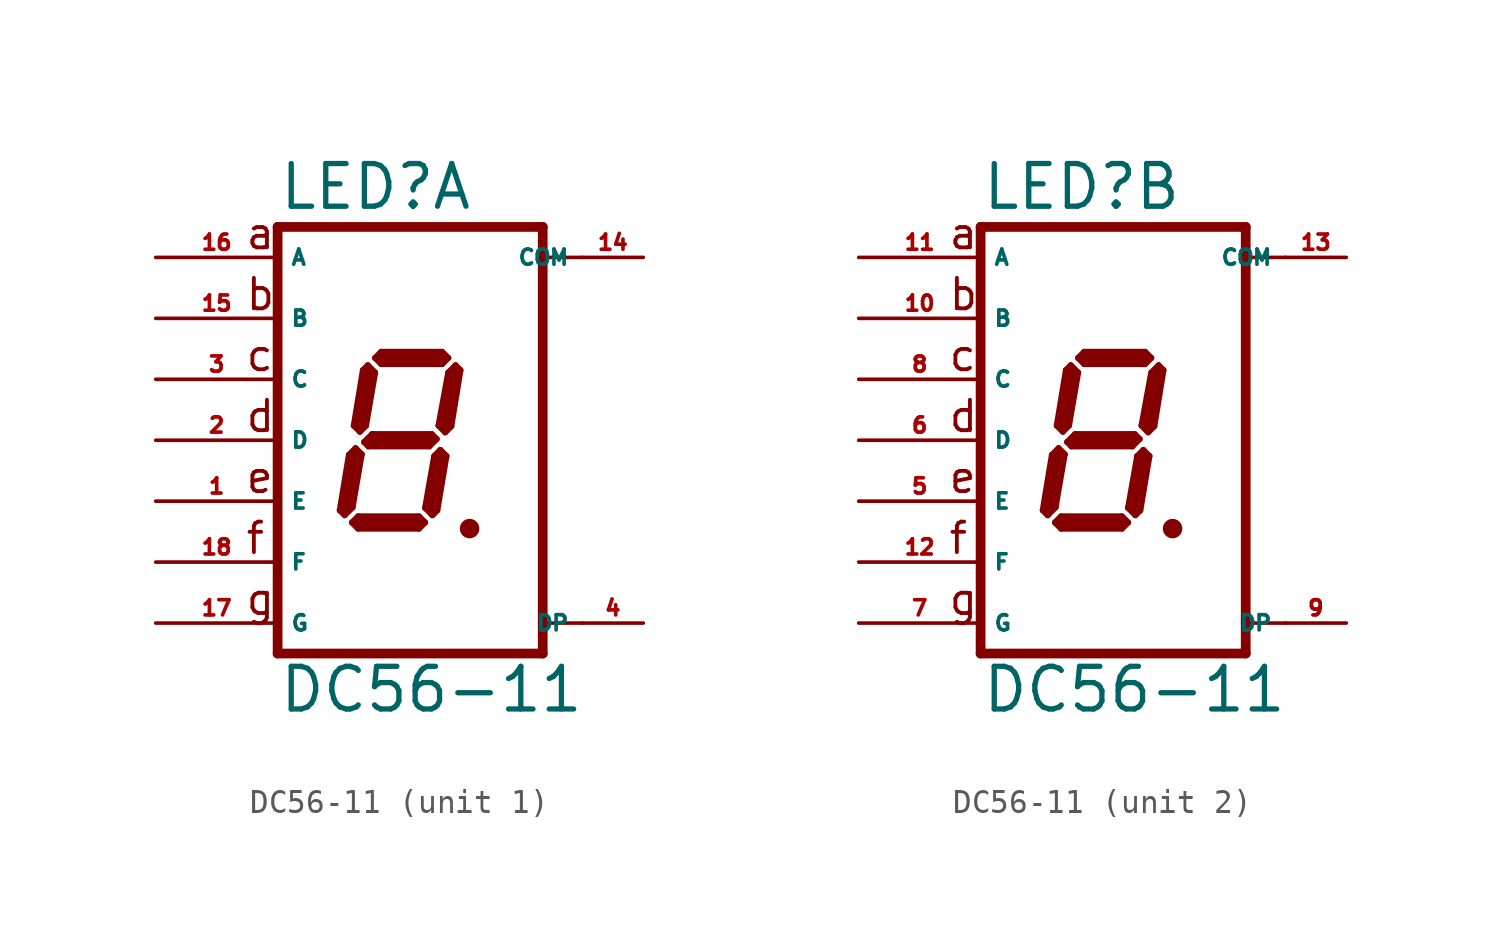
<source format=kicad_sym>
(kicad_symbol_lib
  (version 20220914)
  (generator Eagle2Kicad)
  (symbol "DC56-11"
    (property "Reference" "LED"
      (at -5.08 9.525 0)
      (effects (font (size 1.778 1.778) (thickness 0.22)) (justify left bottom)))
    (property "Value" "DC56-11"
      (at -5.08 -11.43 0)
      (effects (font (size 1.778 1.778) (thickness 0.22)) (justify left bottom)))
    (symbol "DC56-11_1_0"
      (polyline (pts (xy 2.794 -3.683) (xy 3.048 -3.683)) (stroke (width 0.305) (type default)) (fill (type none)))
      (polyline (pts (xy 2.337 3.124) (xy 2.032 2.819)) (stroke (width 0.254) (type default)) (fill (type none)))
      (polyline (pts (xy 2.032 2.819) (xy 1.626 0.61)) (stroke (width 0.254) (type default)) (fill (type none)))
      (polyline (pts (xy 1.626 0.61) (xy 1.905 0.33)) (stroke (width 0.254) (type default)) (fill (type none)))
      (polyline (pts (xy 1.905 0.33) (xy 2.159 0.584)) (stroke (width 0.254) (type default)) (fill (type none)))
      (polyline (pts (xy 2.159 0.584) (xy 2.54 2.921)) (stroke (width 0.254) (type default)) (fill (type none)))
      (polyline (pts (xy 2.54 2.921) (xy 2.337 3.124)) (stroke (width 0.254) (type default)) (fill (type none)))
      (polyline (pts (xy 2.032 3.429) (xy 1.778 3.175)) (stroke (width 0.254) (type default)) (fill (type none)))
      (polyline (pts (xy 1.778 3.175) (xy -0.762 3.175)) (stroke (width 0.254) (type default)) (fill (type none)))
      (polyline (pts (xy -0.762 3.175) (xy -1.016 3.429)) (stroke (width 0.254) (type default)) (fill (type none)))
      (polyline (pts (xy -1.016 3.429) (xy -0.762 3.683)) (stroke (width 0.254) (type default)) (fill (type none)))
      (polyline (pts (xy -0.762 3.683) (xy 1.778 3.683)) (stroke (width 0.254) (type default)) (fill (type none)))
      (polyline (pts (xy 1.778 3.683) (xy 2.032 3.429)) (stroke (width 0.254) (type default)) (fill (type none)))
      (polyline (pts (xy -1.321 3.124) (xy -1.016 2.819)) (stroke (width 0.254) (type default)) (fill (type none)))
      (polyline (pts (xy -1.016 2.819) (xy -1.397 0.61)) (stroke (width 0.254) (type default)) (fill (type none)))
      (polyline (pts (xy -1.397 0.61) (xy -1.651 0.356)) (stroke (width 0.254) (type default)) (fill (type none)))
      (polyline (pts (xy -1.651 0.356) (xy -1.905 0.61)) (stroke (width 0.254) (type default)) (fill (type none)))
      (polyline (pts (xy -1.905 0.61) (xy -1.524 2.921)) (stroke (width 0.254) (type default)) (fill (type none)))
      (polyline (pts (xy -1.524 2.921) (xy -1.321 3.124)) (stroke (width 0.254) (type default)) (fill (type none)))
      (polyline (pts (xy -1.473 -0.076) (xy -1.143 0.254)) (stroke (width 0.254) (type default)) (fill (type none)))
      (polyline (pts (xy -1.143 0.254) (xy 1.346 0.254)) (stroke (width 0.254) (type default)) (fill (type none)))
      (polyline (pts (xy 1.346 0.254) (xy 1.549 0.051)) (stroke (width 0.254) (type default)) (fill (type none)))
      (polyline (pts (xy 1.549 0.051) (xy 1.245 -0.254)) (stroke (width 0.254) (type default)) (fill (type none)))
      (polyline (pts (xy 1.245 -0.254) (xy -1.295 -0.254)) (stroke (width 0.254) (type default)) (fill (type none)))
      (polyline (pts (xy -1.295 -0.254) (xy -1.473 -0.076)) (stroke (width 0.254) (type default)) (fill (type none)))
      (polyline (pts (xy -1.829 -0.33) (xy -1.575 -0.584)) (stroke (width 0.254) (type default)) (fill (type none)))
      (polyline (pts (xy -2.286 -3.124) (xy -1.956 -2.794)) (stroke (width 0.254) (type default)) (fill (type none)))
      (polyline (pts (xy -1.956 -2.794) (xy -1.575 -0.584)) (stroke (width 0.254) (type default)) (fill (type none)))
      (polyline (pts (xy -1.829 -0.33) (xy -2.108 -0.61)) (stroke (width 0.254) (type default)) (fill (type none)))
      (polyline (pts (xy -2.108 -0.61) (xy -2.489 -2.921)) (stroke (width 0.254) (type default)) (fill (type none)))
      (polyline (pts (xy -2.489 -2.921) (xy -2.286 -3.124)) (stroke (width 0.254) (type default)) (fill (type none)))
      (polyline (pts (xy -1.981 -3.429) (xy -1.727 -3.175)) (stroke (width 0.254) (type default)) (fill (type none)))
      (polyline (pts (xy -1.727 -3.175) (xy 0.813 -3.175)) (stroke (width 0.254) (type default)) (fill (type none)))
      (polyline (pts (xy 0.813 -3.175) (xy 1.067 -3.429)) (stroke (width 0.254) (type default)) (fill (type none)))
      (polyline (pts (xy 1.067 -3.429) (xy 0.813 -3.683)) (stroke (width 0.254) (type default)) (fill (type none)))
      (polyline (pts (xy 0.813 -3.683) (xy -1.727 -3.683)) (stroke (width 0.254) (type default)) (fill (type none)))
      (polyline (pts (xy -1.727 -3.683) (xy -1.981 -3.429)) (stroke (width 0.254) (type default)) (fill (type none)))
      (polyline (pts (xy 1.702 -0.406) (xy 1.448 -0.66)) (stroke (width 0.254) (type default)) (fill (type none)))
      (polyline (pts (xy 1.448 -0.66) (xy 1.067 -2.819)) (stroke (width 0.254) (type default)) (fill (type none)))
      (polyline (pts (xy 1.067 -2.819) (xy 1.372 -3.124)) (stroke (width 0.254) (type default)) (fill (type none)))
      (polyline (pts (xy 1.372 -3.124) (xy 1.575 -2.921)) (stroke (width 0.254) (type default)) (fill (type none)))
      (polyline (pts (xy 1.575 -2.921) (xy 1.956 -0.66)) (stroke (width 0.254) (type default)) (fill (type none)))
      (polyline (pts (xy 1.956 -0.66) (xy 1.702 -0.406)) (stroke (width 0.254) (type default)) (fill (type none)))
      (polyline (pts (xy 2.286 2.794) (xy 1.905 0.635)) (stroke (width 0.406) (type default)) (fill (type none)))
      (polyline (pts (xy 1.778 3.429) (xy -0.762 3.429)) (stroke (width 0.406) (type default)) (fill (type none)))
      (polyline (pts (xy -1.27 2.794) (xy -1.651 0.635)) (stroke (width 0.406) (type default)) (fill (type none)))
      (polyline (pts (xy -1.27 0) (xy 1.27 0)) (stroke (width 0.406) (type default)) (fill (type none)))
      (polyline (pts (xy 1.651 -0.762) (xy 1.27 -2.794)) (stroke (width 0.406) (type default)) (fill (type none)))
      (polyline (pts (xy 0.762 -3.429) (xy -1.651 -3.429)) (stroke (width 0.406) (type default)) (fill (type none)))
      (polyline (pts (xy -2.286 -2.921) (xy -1.905 -0.635)) (stroke (width 0.406) (type default)) (fill (type none)))
      (polyline (pts (xy 5.969 8.89) (xy 5.969 7.62)) (stroke (width 0.406) (type default)) (fill (type none)))
      (polyline (pts (xy 5.969 7.62) (xy 5.969 -7.62)) (stroke (width 0.406) (type default)) (fill (type none)))
      (polyline (pts (xy 5.969 -7.62) (xy 5.969 -8.89)) (stroke (width 0.406) (type default)) (fill (type none)))
      (polyline (pts (xy -5.08 -8.89) (xy 5.969 -8.89)) (stroke (width 0.406) (type default)) (fill (type none)))
      (polyline (pts (xy -5.08 -8.89) (xy -5.08 8.89)) (stroke (width 0.406) (type default)) (fill (type none)))
      (polyline (pts (xy 5.969 8.89) (xy -5.08 8.89)) (stroke (width 0.406) (type default)) (fill (type none)))
      (polyline (pts (xy 7.62 7.62) (xy 5.969 7.62)) (stroke (width 0.152) (type default)) (fill (type none)))
      (polyline (pts (xy 7.62 -7.62) (xy 5.969 -7.62)) (stroke (width 0.152) (type default)) (fill (type none)))
      (text "a" (at -6.477 7.874 0) (effects (font (size 1.27 1.27) (thickness 0.16)) (justify left bottom)))
      (text "b" (at -6.477 5.334 0) (effects (font (size 1.27 1.27) (thickness 0.16)) (justify left bottom)))
      (text "c" (at -6.477 2.794 0) (effects (font (size 1.27 1.27) (thickness 0.16)) (justify left bottom)))
      (text "d" (at -6.477 0.254 0) (effects (font (size 1.27 1.27) (thickness 0.16)) (justify left bottom)))
      (text "e" (at -6.477 -2.286 0) (effects (font (size 1.27 1.27) (thickness 0.16)) (justify left bottom)))
      (text "f" (at -6.477 -4.826 0) (effects (font (size 1.27 1.27) (thickness 0.16)) (justify left bottom)))
      (text "g" (at -6.477 -7.366 0) (effects (font (size 1.27 1.27) (thickness 0.16)) (justify left bottom)))
      (circle (center 2.921 -3.683) (radius 0.254) (stroke (width 0.305) (type default)) (fill (type none)))
      (pin passive line (at 10.16 -7.62 180) (length 2.54) (name "DP" (effects (font (size 0.635 0.635) (thickness 0.08)) (justify left bottom))) (number "4" (effects (font (size 0.635 0.635) (thickness 0.08)) (justify left bottom))))
      (pin passive line (at -10.16 -5.08 0) (length 5.08) (name "F" (effects (font (size 0.635 0.635) (thickness 0.08)) (justify left bottom))) (number "18" (effects (font (size 0.635 0.635) (thickness 0.08)) (justify left bottom))))
      (pin passive line (at -10.16 0 0) (length 5.08) (name "D" (effects (font (size 0.635 0.635) (thickness 0.08)) (justify left bottom))) (number "2" (effects (font (size 0.635 0.635) (thickness 0.08)) (justify left bottom))))
      (pin passive line (at -10.16 5.08 0) (length 5.08) (name "B" (effects (font (size 0.635 0.635) (thickness 0.08)) (justify left bottom))) (number "15" (effects (font (size 0.635 0.635) (thickness 0.08)) (justify left bottom))))
      (pin passive line (at -10.16 7.62 0) (length 5.08) (name "A" (effects (font (size 0.635 0.635) (thickness 0.08)) (justify left bottom))) (number "16" (effects (font (size 0.635 0.635) (thickness 0.08)) (justify left bottom))))
      (pin passive line (at 10.16 7.62 180) (length 2.54) (name "COM" (effects (font (size 0.635 0.635) (thickness 0.08)) (justify left bottom))) (number "14" (effects (font (size 0.635 0.635) (thickness 0.08)) (justify left bottom))))
      (pin passive line (at -10.16 2.54 0) (length 5.08) (name "C" (effects (font (size 0.635 0.635) (thickness 0.08)) (justify left bottom))) (number "3" (effects (font (size 0.635 0.635) (thickness 0.08)) (justify left bottom))))
      (pin passive line (at -10.16 -2.54 0) (length 5.08) (name "E" (effects (font (size 0.635 0.635) (thickness 0.08)) (justify left bottom))) (number "1" (effects (font (size 0.635 0.635) (thickness 0.08)) (justify left bottom))))
      (pin passive line (at -10.16 -7.62 0) (length 5.08) (name "G" (effects (font (size 0.635 0.635) (thickness 0.08)) (justify left bottom))) (number "17" (effects (font (size 0.635 0.635) (thickness 0.08)) (justify left bottom)))))
    (symbol "DC56-11_2_0"
      (polyline (pts (xy 2.794 -3.683) (xy 3.048 -3.683)) (stroke (width 0.305) (type default)) (fill (type none)))
      (polyline (pts (xy 2.337 3.124) (xy 2.032 2.819)) (stroke (width 0.254) (type default)) (fill (type none)))
      (polyline (pts (xy 2.032 2.819) (xy 1.626 0.61)) (stroke (width 0.254) (type default)) (fill (type none)))
      (polyline (pts (xy 1.626 0.61) (xy 1.905 0.33)) (stroke (width 0.254) (type default)) (fill (type none)))
      (polyline (pts (xy 1.905 0.33) (xy 2.159 0.584)) (stroke (width 0.254) (type default)) (fill (type none)))
      (polyline (pts (xy 2.159 0.584) (xy 2.54 2.921)) (stroke (width 0.254) (type default)) (fill (type none)))
      (polyline (pts (xy 2.54 2.921) (xy 2.337 3.124)) (stroke (width 0.254) (type default)) (fill (type none)))
      (polyline (pts (xy 2.032 3.429) (xy 1.778 3.175)) (stroke (width 0.254) (type default)) (fill (type none)))
      (polyline (pts (xy 1.778 3.175) (xy -0.762 3.175)) (stroke (width 0.254) (type default)) (fill (type none)))
      (polyline (pts (xy -0.762 3.175) (xy -1.016 3.429)) (stroke (width 0.254) (type default)) (fill (type none)))
      (polyline (pts (xy -1.016 3.429) (xy -0.762 3.683)) (stroke (width 0.254) (type default)) (fill (type none)))
      (polyline (pts (xy -0.762 3.683) (xy 1.778 3.683)) (stroke (width 0.254) (type default)) (fill (type none)))
      (polyline (pts (xy 1.778 3.683) (xy 2.032 3.429)) (stroke (width 0.254) (type default)) (fill (type none)))
      (polyline (pts (xy -1.321 3.124) (xy -1.016 2.819)) (stroke (width 0.254) (type default)) (fill (type none)))
      (polyline (pts (xy -1.016 2.819) (xy -1.397 0.61)) (stroke (width 0.254) (type default)) (fill (type none)))
      (polyline (pts (xy -1.397 0.61) (xy -1.651 0.356)) (stroke (width 0.254) (type default)) (fill (type none)))
      (polyline (pts (xy -1.651 0.356) (xy -1.905 0.61)) (stroke (width 0.254) (type default)) (fill (type none)))
      (polyline (pts (xy -1.905 0.61) (xy -1.524 2.921)) (stroke (width 0.254) (type default)) (fill (type none)))
      (polyline (pts (xy -1.524 2.921) (xy -1.321 3.124)) (stroke (width 0.254) (type default)) (fill (type none)))
      (polyline (pts (xy -1.473 -0.076) (xy -1.143 0.254)) (stroke (width 0.254) (type default)) (fill (type none)))
      (polyline (pts (xy -1.143 0.254) (xy 1.346 0.254)) (stroke (width 0.254) (type default)) (fill (type none)))
      (polyline (pts (xy 1.346 0.254) (xy 1.549 0.051)) (stroke (width 0.254) (type default)) (fill (type none)))
      (polyline (pts (xy 1.549 0.051) (xy 1.245 -0.254)) (stroke (width 0.254) (type default)) (fill (type none)))
      (polyline (pts (xy 1.245 -0.254) (xy -1.295 -0.254)) (stroke (width 0.254) (type default)) (fill (type none)))
      (polyline (pts (xy -1.295 -0.254) (xy -1.473 -0.076)) (stroke (width 0.254) (type default)) (fill (type none)))
      (polyline (pts (xy -1.829 -0.33) (xy -1.575 -0.584)) (stroke (width 0.254) (type default)) (fill (type none)))
      (polyline (pts (xy -2.286 -3.124) (xy -1.956 -2.794)) (stroke (width 0.254) (type default)) (fill (type none)))
      (polyline (pts (xy -1.956 -2.794) (xy -1.575 -0.584)) (stroke (width 0.254) (type default)) (fill (type none)))
      (polyline (pts (xy -1.829 -0.33) (xy -2.108 -0.61)) (stroke (width 0.254) (type default)) (fill (type none)))
      (polyline (pts (xy -2.108 -0.61) (xy -2.489 -2.921)) (stroke (width 0.254) (type default)) (fill (type none)))
      (polyline (pts (xy -2.489 -2.921) (xy -2.286 -3.124)) (stroke (width 0.254) (type default)) (fill (type none)))
      (polyline (pts (xy -1.981 -3.429) (xy -1.727 -3.175)) (stroke (width 0.254) (type default)) (fill (type none)))
      (polyline (pts (xy -1.727 -3.175) (xy 0.813 -3.175)) (stroke (width 0.254) (type default)) (fill (type none)))
      (polyline (pts (xy 0.813 -3.175) (xy 1.067 -3.429)) (stroke (width 0.254) (type default)) (fill (type none)))
      (polyline (pts (xy 1.067 -3.429) (xy 0.813 -3.683)) (stroke (width 0.254) (type default)) (fill (type none)))
      (polyline (pts (xy 0.813 -3.683) (xy -1.727 -3.683)) (stroke (width 0.254) (type default)) (fill (type none)))
      (polyline (pts (xy -1.727 -3.683) (xy -1.981 -3.429)) (stroke (width 0.254) (type default)) (fill (type none)))
      (polyline (pts (xy 1.702 -0.406) (xy 1.448 -0.66)) (stroke (width 0.254) (type default)) (fill (type none)))
      (polyline (pts (xy 1.448 -0.66) (xy 1.067 -2.819)) (stroke (width 0.254) (type default)) (fill (type none)))
      (polyline (pts (xy 1.067 -2.819) (xy 1.372 -3.124)) (stroke (width 0.254) (type default)) (fill (type none)))
      (polyline (pts (xy 1.372 -3.124) (xy 1.575 -2.921)) (stroke (width 0.254) (type default)) (fill (type none)))
      (polyline (pts (xy 1.575 -2.921) (xy 1.956 -0.66)) (stroke (width 0.254) (type default)) (fill (type none)))
      (polyline (pts (xy 1.956 -0.66) (xy 1.702 -0.406)) (stroke (width 0.254) (type default)) (fill (type none)))
      (polyline (pts (xy 2.286 2.794) (xy 1.905 0.635)) (stroke (width 0.406) (type default)) (fill (type none)))
      (polyline (pts (xy 1.778 3.429) (xy -0.762 3.429)) (stroke (width 0.406) (type default)) (fill (type none)))
      (polyline (pts (xy -1.27 2.794) (xy -1.651 0.635)) (stroke (width 0.406) (type default)) (fill (type none)))
      (polyline (pts (xy -1.27 0) (xy 1.27 0)) (stroke (width 0.406) (type default)) (fill (type none)))
      (polyline (pts (xy 1.651 -0.762) (xy 1.27 -2.794)) (stroke (width 0.406) (type default)) (fill (type none)))
      (polyline (pts (xy 0.762 -3.429) (xy -1.651 -3.429)) (stroke (width 0.406) (type default)) (fill (type none)))
      (polyline (pts (xy -2.286 -2.921) (xy -1.905 -0.635)) (stroke (width 0.406) (type default)) (fill (type none)))
      (polyline (pts (xy 5.969 8.89) (xy 5.969 7.62)) (stroke (width 0.406) (type default)) (fill (type none)))
      (polyline (pts (xy 5.969 7.62) (xy 5.969 -7.62)) (stroke (width 0.406) (type default)) (fill (type none)))
      (polyline (pts (xy 5.969 -7.62) (xy 5.969 -8.89)) (stroke (width 0.406) (type default)) (fill (type none)))
      (polyline (pts (xy -5.08 -8.89) (xy 5.969 -8.89)) (stroke (width 0.406) (type default)) (fill (type none)))
      (polyline (pts (xy -5.08 -8.89) (xy -5.08 8.89)) (stroke (width 0.406) (type default)) (fill (type none)))
      (polyline (pts (xy 5.969 8.89) (xy -5.08 8.89)) (stroke (width 0.406) (type default)) (fill (type none)))
      (polyline (pts (xy 7.62 7.62) (xy 5.969 7.62)) (stroke (width 0.152) (type default)) (fill (type none)))
      (polyline (pts (xy 7.62 -7.62) (xy 5.969 -7.62)) (stroke (width 0.152) (type default)) (fill (type none)))
      (text "a" (at -6.477 7.874 0) (effects (font (size 1.27 1.27) (thickness 0.16)) (justify left bottom)))
      (text "b" (at -6.477 5.334 0) (effects (font (size 1.27 1.27) (thickness 0.16)) (justify left bottom)))
      (text "c" (at -6.477 2.794 0) (effects (font (size 1.27 1.27) (thickness 0.16)) (justify left bottom)))
      (text "d" (at -6.477 0.254 0) (effects (font (size 1.27 1.27) (thickness 0.16)) (justify left bottom)))
      (text "e" (at -6.477 -2.286 0) (effects (font (size 1.27 1.27) (thickness 0.16)) (justify left bottom)))
      (text "f" (at -6.477 -4.826 0) (effects (font (size 1.27 1.27) (thickness 0.16)) (justify left bottom)))
      (text "g" (at -6.477 -7.366 0) (effects (font (size 1.27 1.27) (thickness 0.16)) (justify left bottom)))
      (circle (center 2.921 -3.683) (radius 0.254) (stroke (width 0.305) (type default)) (fill (type none)))
      (pin passive line (at 10.16 -7.62 180) (length 2.54) (name "DP" (effects (font (size 0.635 0.635) (thickness 0.08)) (justify left bottom))) (number "9" (effects (font (size 0.635 0.635) (thickness 0.08)) (justify left bottom))))
      (pin passive line (at -10.16 -5.08 0) (length 5.08) (name "F" (effects (font (size 0.635 0.635) (thickness 0.08)) (justify left bottom))) (number "12" (effects (font (size 0.635 0.635) (thickness 0.08)) (justify left bottom))))
      (pin passive line (at -10.16 0 0) (length 5.08) (name "D" (effects (font (size 0.635 0.635) (thickness 0.08)) (justify left bottom))) (number "6" (effects (font (size 0.635 0.635) (thickness 0.08)) (justify left bottom))))
      (pin passive line (at -10.16 5.08 0) (length 5.08) (name "B" (effects (font (size 0.635 0.635) (thickness 0.08)) (justify left bottom))) (number "10" (effects (font (size 0.635 0.635) (thickness 0.08)) (justify left bottom))))
      (pin passive line (at -10.16 7.62 0) (length 5.08) (name "A" (effects (font (size 0.635 0.635) (thickness 0.08)) (justify left bottom))) (number "11" (effects (font (size 0.635 0.635) (thickness 0.08)) (justify left bottom))))
      (pin passive line (at 10.16 7.62 180) (length 2.54) (name "COM" (effects (font (size 0.635 0.635) (thickness 0.08)) (justify left bottom))) (number "13" (effects (font (size 0.635 0.635) (thickness 0.08)) (justify left bottom))))
      (pin passive line (at -10.16 2.54 0) (length 5.08) (name "C" (effects (font (size 0.635 0.635) (thickness 0.08)) (justify left bottom))) (number "8" (effects (font (size 0.635 0.635) (thickness 0.08)) (justify left bottom))))
      (pin passive line (at -10.16 -2.54 0) (length 5.08) (name "E" (effects (font (size 0.635 0.635) (thickness 0.08)) (justify left bottom))) (number "5" (effects (font (size 0.635 0.635) (thickness 0.08)) (justify left bottom))))
      (pin passive line (at -10.16 -7.62 0) (length 5.08) (name "G" (effects (font (size 0.635 0.635) (thickness 0.08)) (justify left bottom))) (number "7" (effects (font (size 0.635 0.635) (thickness 0.08)) (justify left bottom)))))))
</source>
